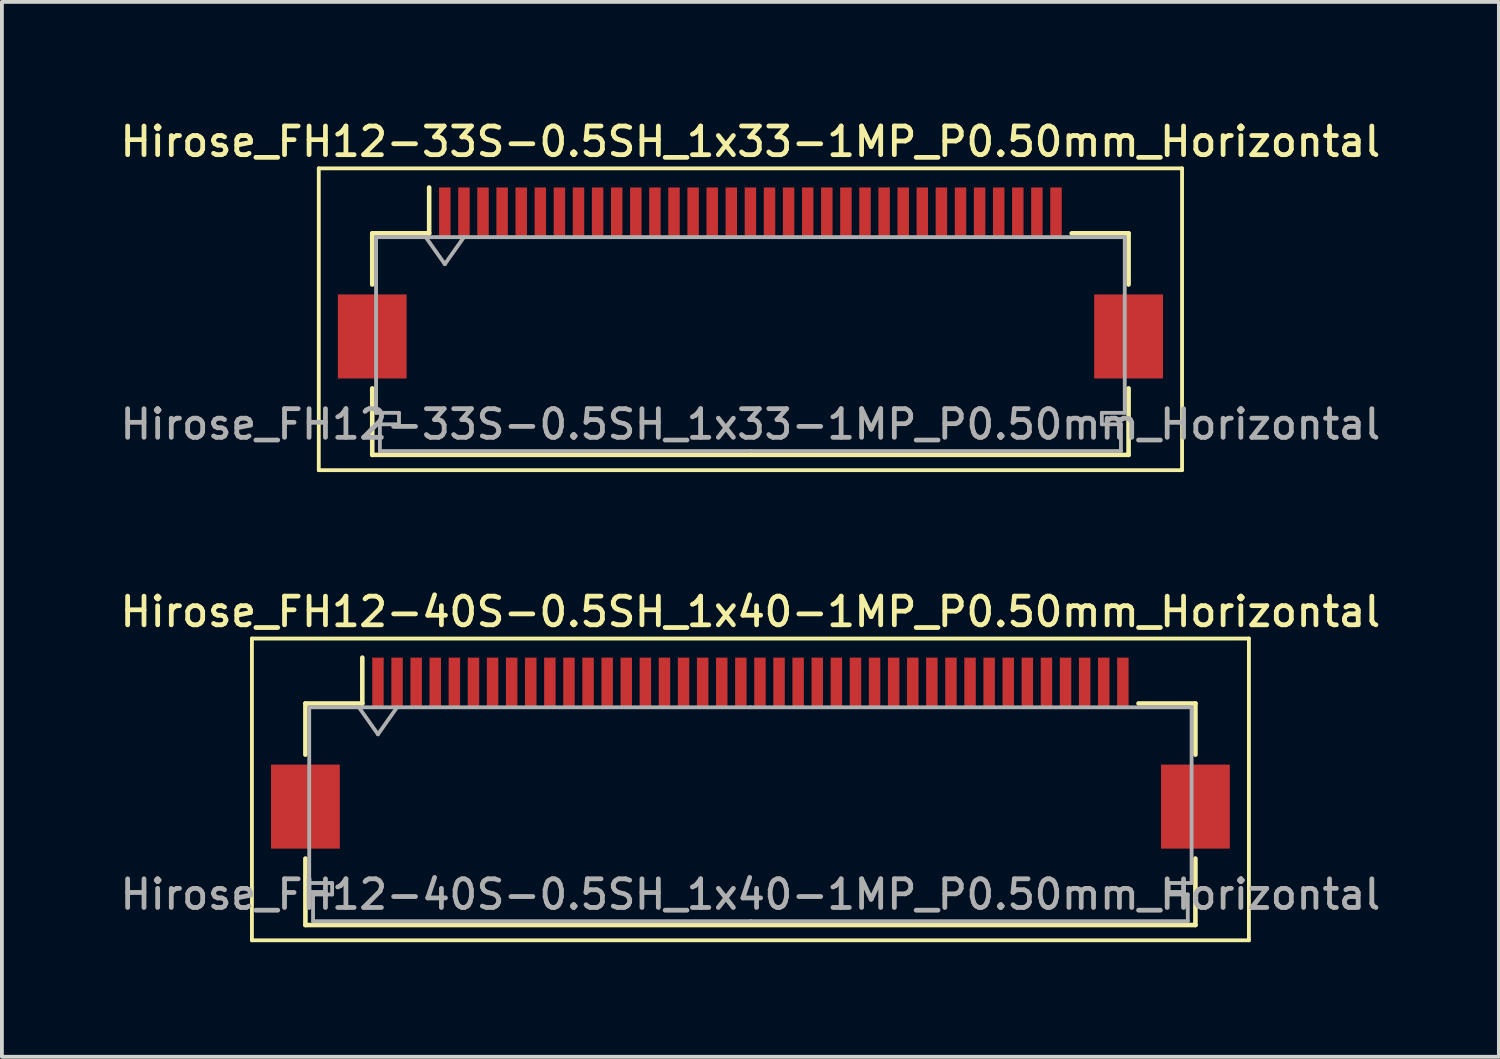
<source format=kicad_pcb>
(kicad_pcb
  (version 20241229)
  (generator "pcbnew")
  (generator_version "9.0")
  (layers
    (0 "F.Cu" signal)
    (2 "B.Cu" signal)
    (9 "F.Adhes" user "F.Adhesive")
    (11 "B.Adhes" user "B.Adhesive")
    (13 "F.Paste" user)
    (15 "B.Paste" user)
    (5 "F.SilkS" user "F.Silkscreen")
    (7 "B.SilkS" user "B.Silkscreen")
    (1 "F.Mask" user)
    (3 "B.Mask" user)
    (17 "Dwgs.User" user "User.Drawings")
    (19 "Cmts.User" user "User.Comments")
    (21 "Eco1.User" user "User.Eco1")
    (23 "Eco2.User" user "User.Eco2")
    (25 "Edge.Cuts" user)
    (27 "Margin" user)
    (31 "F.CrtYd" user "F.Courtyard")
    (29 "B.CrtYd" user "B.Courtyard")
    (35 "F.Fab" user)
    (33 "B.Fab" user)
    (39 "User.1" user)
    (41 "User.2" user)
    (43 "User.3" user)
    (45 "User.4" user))
  (footprint "Hirose_FH12-40S-0.5SH_1x40-1MP_P0.50mm_Horizontal"
    (layer "F.Cu")
    (at 16.595 16.666)
    (property "Reference" "Hirose_FH12-40S-0.5SH_1x40-1MP_P0.50mm_Horizontal" (at 0 -3.7 0) (layer "F.SilkS") (effects (font (size 0.75 0.75) (thickness 0.125))))
    (attr smd)
    (fp_line (start -13.05 -3) (end -13.05 4.9) (stroke (width 0.1) (type solid)) (layer "F.SilkS"))
    (fp_line (start -13.05 4.9) (end 13.05 4.9) (stroke (width 0.1) (type solid)) (layer "F.SilkS"))
    (fp_line (start -11.65 -1.3) (end -11.65 0.04) (stroke (width 0.12) (type solid)) (layer "F.SilkS"))
    (fp_line (start -11.65 2.76) (end -11.65 4.5) (stroke (width 0.12) (type solid)) (layer "F.SilkS"))
    (fp_line (start -11.65 4.5) (end 11.65 4.5) (stroke (width 0.12) (type solid)) (layer "F.SilkS"))
    (fp_line (start -10.16 -1.3) (end -11.65 -1.3) (stroke (width 0.12) (type solid)) (layer "F.SilkS"))
    (fp_line (start -10.16 -1.3) (end -10.16 -2.5) (stroke (width 0.12) (type solid)) (layer "F.SilkS"))
    (fp_line (start 10.16 -1.3) (end 11.65 -1.3) (stroke (width 0.12) (type solid)) (layer "F.SilkS"))
    (fp_line (start 11.65 -1.3) (end 11.65 0.04) (stroke (width 0.12) (type solid)) (layer "F.SilkS"))
    (fp_line (start 11.65 4.5) (end 11.65 2.76) (stroke (width 0.12) (type solid)) (layer "F.SilkS"))
    (fp_line (start 13.05 -3) (end -13.05 -3) (stroke (width 0.1) (type solid)) (layer "F.SilkS"))
    (fp_line (start 13.05 4.9) (end 13.05 -3) (stroke (width 0.1) (type solid)) (layer "F.SilkS"))
    (fp_line (start -11.55 -1.2) (end -11.55 3.4) (stroke (width 0.1) (type solid)) (layer "F.Fab"))
    (fp_line (start -11.55 3.4) (end -10.95 3.4) (stroke (width 0.1) (type solid)) (layer "F.Fab"))
    (fp_line (start -11.45 3.7) (end -11.45 4.4) (stroke (width 0.1) (type solid)) (layer "F.Fab"))
    (fp_line (start -11.45 4.4) (end 0 4.4) (stroke (width 0.1) (type solid)) (layer "F.Fab"))
    (fp_line (start -10.95 3.4) (end -10.95 3.7) (stroke (width 0.1) (type solid)) (layer "F.Fab"))
    (fp_line (start -10.95 3.7) (end -11.45 3.7) (stroke (width 0.1) (type solid)) (layer "F.Fab"))
    (fp_line (start -10.25 -1.2) (end -9.75 -0.493) (stroke (width 0.1) (type solid)) (layer "F.Fab"))
    (fp_line (start -9.75 -0.493) (end -9.25 -1.2) (stroke (width 0.1) (type solid)) (layer "F.Fab"))
    (fp_line (start 0 -1.2) (end -11.55 -1.2) (stroke (width 0.1) (type solid)) (layer "F.Fab"))
    (fp_line (start 0 -1.2) (end 11.55 -1.2) (stroke (width 0.1) (type solid)) (layer "F.Fab"))
    (fp_line (start 10.95 3.4) (end 10.95 3.7) (stroke (width 0.1) (type solid)) (layer "F.Fab"))
    (fp_line (start 10.95 3.7) (end 11.45 3.7) (stroke (width 0.1) (type solid)) (layer "F.Fab"))
    (fp_line (start 11.45 3.7) (end 11.45 4.4) (stroke (width 0.1) (type solid)) (layer "F.Fab"))
    (fp_line (start 11.45 4.4) (end 0 4.4) (stroke (width 0.1) (type solid)) (layer "F.Fab"))
    (fp_line (start 11.55 -1.2) (end 11.55 3.4) (stroke (width 0.1) (type solid)) (layer "F.Fab"))
    (fp_line (start 11.55 3.4) (end 10.95 3.4) (stroke (width 0.1) (type solid)) (layer "F.Fab"))
    (fp_text user "${REFERENCE}" (at 0 3.7 0) (layer "F.Fab") (effects (font (size 0.75 0.75) (thickness 0.125))))
    (pad "1" smd rect (at -9.75 -1.85) (size 0.3 1.3) (layers "F.Cu" "F.Mask" "F.Paste"))
    (pad "2" smd rect (at -9.25 -1.85) (size 0.3 1.3) (layers "F.Cu" "F.Mask" "F.Paste"))
    (pad "3" smd rect (at -8.75 -1.85) (size 0.3 1.3) (layers "F.Cu" "F.Mask" "F.Paste"))
    (pad "4" smd rect (at -8.25 -1.85) (size 0.3 1.3) (layers "F.Cu" "F.Mask" "F.Paste"))
    (pad "5" smd rect (at -7.75 -1.85) (size 0.3 1.3) (layers "F.Cu" "F.Mask" "F.Paste"))
    (pad "6" smd rect (at -7.25 -1.85) (size 0.3 1.3) (layers "F.Cu" "F.Mask" "F.Paste"))
    (pad "7" smd rect (at -6.75 -1.85) (size 0.3 1.3) (layers "F.Cu" "F.Mask" "F.Paste"))
    (pad "8" smd rect (at -6.25 -1.85) (size 0.3 1.3) (layers "F.Cu" "F.Mask" "F.Paste"))
    (pad "9" smd rect (at -5.75 -1.85) (size 0.3 1.3) (layers "F.Cu" "F.Mask" "F.Paste"))
    (pad "10" smd rect (at -5.25 -1.85) (size 0.3 1.3) (layers "F.Cu" "F.Mask" "F.Paste"))
    (pad "11" smd rect (at -4.75 -1.85) (size 0.3 1.3) (layers "F.Cu" "F.Mask" "F.Paste"))
    (pad "12" smd rect (at -4.25 -1.85) (size 0.3 1.3) (layers "F.Cu" "F.Mask" "F.Paste"))
    (pad "13" smd rect (at -3.75 -1.85) (size 0.3 1.3) (layers "F.Cu" "F.Mask" "F.Paste"))
    (pad "14" smd rect (at -3.25 -1.85) (size 0.3 1.3) (layers "F.Cu" "F.Mask" "F.Paste"))
    (pad "15" smd rect (at -2.75 -1.85) (size 0.3 1.3) (layers "F.Cu" "F.Mask" "F.Paste"))
    (pad "16" smd rect (at -2.25 -1.85) (size 0.3 1.3) (layers "F.Cu" "F.Mask" "F.Paste"))
    (pad "17" smd rect (at -1.75 -1.85) (size 0.3 1.3) (layers "F.Cu" "F.Mask" "F.Paste"))
    (pad "18" smd rect (at -1.25 -1.85) (size 0.3 1.3) (layers "F.Cu" "F.Mask" "F.Paste"))
    (pad "19" smd rect (at -0.75 -1.85) (size 0.3 1.3) (layers "F.Cu" "F.Mask" "F.Paste"))
    (pad "20" smd rect (at -0.25 -1.85) (size 0.3 1.3) (layers "F.Cu" "F.Mask" "F.Paste"))
    (pad "21" smd rect (at 0.25 -1.85) (size 0.3 1.3) (layers "F.Cu" "F.Mask" "F.Paste"))
    (pad "22" smd rect (at 0.75 -1.85) (size 0.3 1.3) (layers "F.Cu" "F.Mask" "F.Paste"))
    (pad "23" smd rect (at 1.25 -1.85) (size 0.3 1.3) (layers "F.Cu" "F.Mask" "F.Paste"))
    (pad "24" smd rect (at 1.75 -1.85) (size 0.3 1.3) (layers "F.Cu" "F.Mask" "F.Paste"))
    (pad "25" smd rect (at 2.25 -1.85) (size 0.3 1.3) (layers "F.Cu" "F.Mask" "F.Paste"))
    (pad "26" smd rect (at 2.75 -1.85) (size 0.3 1.3) (layers "F.Cu" "F.Mask" "F.Paste"))
    (pad "27" smd rect (at 3.25 -1.85) (size 0.3 1.3) (layers "F.Cu" "F.Mask" "F.Paste"))
    (pad "28" smd rect (at 3.75 -1.85) (size 0.3 1.3) (layers "F.Cu" "F.Mask" "F.Paste"))
    (pad "29" smd rect (at 4.25 -1.85) (size 0.3 1.3) (layers "F.Cu" "F.Mask" "F.Paste"))
    (pad "30" smd rect (at 4.75 -1.85) (size 0.3 1.3) (layers "F.Cu" "F.Mask" "F.Paste"))
    (pad "31" smd rect (at 5.25 -1.85) (size 0.3 1.3) (layers "F.Cu" "F.Mask" "F.Paste"))
    (pad "32" smd rect (at 5.75 -1.85) (size 0.3 1.3) (layers "F.Cu" "F.Mask" "F.Paste"))
    (pad "33" smd rect (at 6.25 -1.85) (size 0.3 1.3) (layers "F.Cu" "F.Mask" "F.Paste"))
    (pad "34" smd rect (at 6.75 -1.85) (size 0.3 1.3) (layers "F.Cu" "F.Mask" "F.Paste"))
    (pad "35" smd rect (at 7.25 -1.85) (size 0.3 1.3) (layers "F.Cu" "F.Mask" "F.Paste"))
    (pad "36" smd rect (at 7.75 -1.85) (size 0.3 1.3) (layers "F.Cu" "F.Mask" "F.Paste"))
    (pad "37" smd rect (at 8.25 -1.85) (size 0.3 1.3) (layers "F.Cu" "F.Mask" "F.Paste"))
    (pad "38" smd rect (at 8.75 -1.85) (size 0.3 1.3) (layers "F.Cu" "F.Mask" "F.Paste"))
    (pad "39" smd rect (at 9.25 -1.85) (size 0.3 1.3) (layers "F.Cu" "F.Mask" "F.Paste"))
    (pad "40" smd rect (at 9.75 -1.85) (size 0.3 1.3) (layers "F.Cu" "F.Mask" "F.Paste"))
    (pad "MP" smd rect (at -11.65 1.4) (size 1.8 2.2) (layers "F.Cu" "F.Mask" "F.Paste"))
    (pad "MP" smd rect (at 11.65 1.4) (size 1.8 2.2) (layers "F.Cu" "F.Mask" "F.Paste")))
  (footprint "Hirose_FH12-33S-0.5SH_1x33-1MP_P0.50mm_Horizontal"
    (layer "F.Cu")
    (at 16.595 4.358)
    (property "Reference" "Hirose_FH12-33S-0.5SH_1x33-1MP_P0.50mm_Horizontal" (at 0 -3.7 0) (layer "F.SilkS") (effects (font (size 0.75 0.75) (thickness 0.125))))
    (attr smd)
    (fp_line (start -11.3 -3) (end -11.3 4.9) (stroke (width 0.1) (type solid)) (layer "F.SilkS"))
    (fp_line (start -11.3 4.9) (end 11.3 4.9) (stroke (width 0.1) (type solid)) (layer "F.SilkS"))
    (fp_line (start -9.9 -1.3) (end -9.9 0.04) (stroke (width 0.12) (type solid)) (layer "F.SilkS"))
    (fp_line (start -9.9 2.76) (end -9.9 4.5) (stroke (width 0.12) (type solid)) (layer "F.SilkS"))
    (fp_line (start -9.9 4.5) (end 9.9 4.5) (stroke (width 0.12) (type solid)) (layer "F.SilkS"))
    (fp_line (start -8.41 -1.3) (end -9.9 -1.3) (stroke (width 0.12) (type solid)) (layer "F.SilkS"))
    (fp_line (start -8.41 -1.3) (end -8.41 -2.5) (stroke (width 0.12) (type solid)) (layer "F.SilkS"))
    (fp_line (start 8.41 -1.3) (end 9.9 -1.3) (stroke (width 0.12) (type solid)) (layer "F.SilkS"))
    (fp_line (start 9.9 -1.3) (end 9.9 0.04) (stroke (width 0.12) (type solid)) (layer "F.SilkS"))
    (fp_line (start 9.9 4.5) (end 9.9 2.76) (stroke (width 0.12) (type solid)) (layer "F.SilkS"))
    (fp_line (start 11.3 -3) (end -11.3 -3) (stroke (width 0.1) (type solid)) (layer "F.SilkS"))
    (fp_line (start 11.3 4.9) (end 11.3 -3) (stroke (width 0.1) (type solid)) (layer "F.SilkS"))
    (fp_line (start -9.8 -1.2) (end -9.8 3.4) (stroke (width 0.1) (type solid)) (layer "F.Fab"))
    (fp_line (start -9.8 3.4) (end -9.2 3.4) (stroke (width 0.1) (type solid)) (layer "F.Fab"))
    (fp_line (start -9.7 3.7) (end -9.7 4.4) (stroke (width 0.1) (type solid)) (layer "F.Fab"))
    (fp_line (start -9.7 4.4) (end 0 4.4) (stroke (width 0.1) (type solid)) (layer "F.Fab"))
    (fp_line (start -9.2 3.4) (end -9.2 3.7) (stroke (width 0.1) (type solid)) (layer "F.Fab"))
    (fp_line (start -9.2 3.7) (end -9.7 3.7) (stroke (width 0.1) (type solid)) (layer "F.Fab"))
    (fp_line (start -8.5 -1.2) (end -8 -0.493) (stroke (width 0.1) (type solid)) (layer "F.Fab"))
    (fp_line (start -8 -0.493) (end -7.5 -1.2) (stroke (width 0.1) (type solid)) (layer "F.Fab"))
    (fp_line (start 0 -1.2) (end -9.8 -1.2) (stroke (width 0.1) (type solid)) (layer "F.Fab"))
    (fp_line (start 0 -1.2) (end 9.8 -1.2) (stroke (width 0.1) (type solid)) (layer "F.Fab"))
    (fp_line (start 9.2 3.4) (end 9.2 3.7) (stroke (width 0.1) (type solid)) (layer "F.Fab"))
    (fp_line (start 9.2 3.7) (end 9.7 3.7) (stroke (width 0.1) (type solid)) (layer "F.Fab"))
    (fp_line (start 9.7 3.7) (end 9.7 4.4) (stroke (width 0.1) (type solid)) (layer "F.Fab"))
    (fp_line (start 9.7 4.4) (end 0 4.4) (stroke (width 0.1) (type solid)) (layer "F.Fab"))
    (fp_line (start 9.8 -1.2) (end 9.8 3.4) (stroke (width 0.1) (type solid)) (layer "F.Fab"))
    (fp_line (start 9.8 3.4) (end 9.2 3.4) (stroke (width 0.1) (type solid)) (layer "F.Fab"))
    (fp_text user "${REFERENCE}" (at 0 3.7 0) (layer "F.Fab") (effects (font (size 0.75 0.75) (thickness 0.125))))
    (pad "1" smd rect (at -8 -1.85) (size 0.3 1.3) (layers "F.Cu" "F.Mask" "F.Paste"))
    (pad "2" smd rect (at -7.5 -1.85) (size 0.3 1.3) (layers "F.Cu" "F.Mask" "F.Paste"))
    (pad "3" smd rect (at -7 -1.85) (size 0.3 1.3) (layers "F.Cu" "F.Mask" "F.Paste"))
    (pad "4" smd rect (at -6.5 -1.85) (size 0.3 1.3) (layers "F.Cu" "F.Mask" "F.Paste"))
    (pad "5" smd rect (at -6 -1.85) (size 0.3 1.3) (layers "F.Cu" "F.Mask" "F.Paste"))
    (pad "6" smd rect (at -5.5 -1.85) (size 0.3 1.3) (layers "F.Cu" "F.Mask" "F.Paste"))
    (pad "7" smd rect (at -5 -1.85) (size 0.3 1.3) (layers "F.Cu" "F.Mask" "F.Paste"))
    (pad "8" smd rect (at -4.5 -1.85) (size 0.3 1.3) (layers "F.Cu" "F.Mask" "F.Paste"))
    (pad "9" smd rect (at -4 -1.85) (size 0.3 1.3) (layers "F.Cu" "F.Mask" "F.Paste"))
    (pad "10" smd rect (at -3.5 -1.85) (size 0.3 1.3) (layers "F.Cu" "F.Mask" "F.Paste"))
    (pad "11" smd rect (at -3 -1.85) (size 0.3 1.3) (layers "F.Cu" "F.Mask" "F.Paste"))
    (pad "12" smd rect (at -2.5 -1.85) (size 0.3 1.3) (layers "F.Cu" "F.Mask" "F.Paste"))
    (pad "13" smd rect (at -2 -1.85) (size 0.3 1.3) (layers "F.Cu" "F.Mask" "F.Paste"))
    (pad "14" smd rect (at -1.5 -1.85) (size 0.3 1.3) (layers "F.Cu" "F.Mask" "F.Paste"))
    (pad "15" smd rect (at -1 -1.85) (size 0.3 1.3) (layers "F.Cu" "F.Mask" "F.Paste"))
    (pad "16" smd rect (at -0.5 -1.85) (size 0.3 1.3) (layers "F.Cu" "F.Mask" "F.Paste"))
    (pad "17" smd rect (at 0 -1.85) (size 0.3 1.3) (layers "F.Cu" "F.Mask" "F.Paste"))
    (pad "18" smd rect (at 0.5 -1.85) (size 0.3 1.3) (layers "F.Cu" "F.Mask" "F.Paste"))
    (pad "19" smd rect (at 1 -1.85) (size 0.3 1.3) (layers "F.Cu" "F.Mask" "F.Paste"))
    (pad "20" smd rect (at 1.5 -1.85) (size 0.3 1.3) (layers "F.Cu" "F.Mask" "F.Paste"))
    (pad "21" smd rect (at 2 -1.85) (size 0.3 1.3) (layers "F.Cu" "F.Mask" "F.Paste"))
    (pad "22" smd rect (at 2.5 -1.85) (size 0.3 1.3) (layers "F.Cu" "F.Mask" "F.Paste"))
    (pad "23" smd rect (at 3 -1.85) (size 0.3 1.3) (layers "F.Cu" "F.Mask" "F.Paste"))
    (pad "24" smd rect (at 3.5 -1.85) (size 0.3 1.3) (layers "F.Cu" "F.Mask" "F.Paste"))
    (pad "25" smd rect (at 4 -1.85) (size 0.3 1.3) (layers "F.Cu" "F.Mask" "F.Paste"))
    (pad "26" smd rect (at 4.5 -1.85) (size 0.3 1.3) (layers "F.Cu" "F.Mask" "F.Paste"))
    (pad "27" smd rect (at 5 -1.85) (size 0.3 1.3) (layers "F.Cu" "F.Mask" "F.Paste"))
    (pad "28" smd rect (at 5.5 -1.85) (size 0.3 1.3) (layers "F.Cu" "F.Mask" "F.Paste"))
    (pad "29" smd rect (at 6 -1.85) (size 0.3 1.3) (layers "F.Cu" "F.Mask" "F.Paste"))
    (pad "30" smd rect (at 6.5 -1.85) (size 0.3 1.3) (layers "F.Cu" "F.Mask" "F.Paste"))
    (pad "31" smd rect (at 7 -1.85) (size 0.3 1.3) (layers "F.Cu" "F.Mask" "F.Paste"))
    (pad "32" smd rect (at 7.5 -1.85) (size 0.3 1.3) (layers "F.Cu" "F.Mask" "F.Paste"))
    (pad "33" smd rect (at 8 -1.85) (size 0.3 1.3) (layers "F.Cu" "F.Mask" "F.Paste"))
    (pad "MP" smd rect (at -9.9 1.4) (size 1.8 2.2) (layers "F.Cu" "F.Mask" "F.Paste"))
    (pad "MP" smd rect (at 9.9 1.4) (size 1.8 2.2) (layers "F.Cu" "F.Mask" "F.Paste")))
  (gr_rect
    (start -3 -3)
    (end 36.189 24.616)
    (stroke (width 0.1) (type default))
    (fill no)
    (layer "Edge.Cuts")))
</source>
